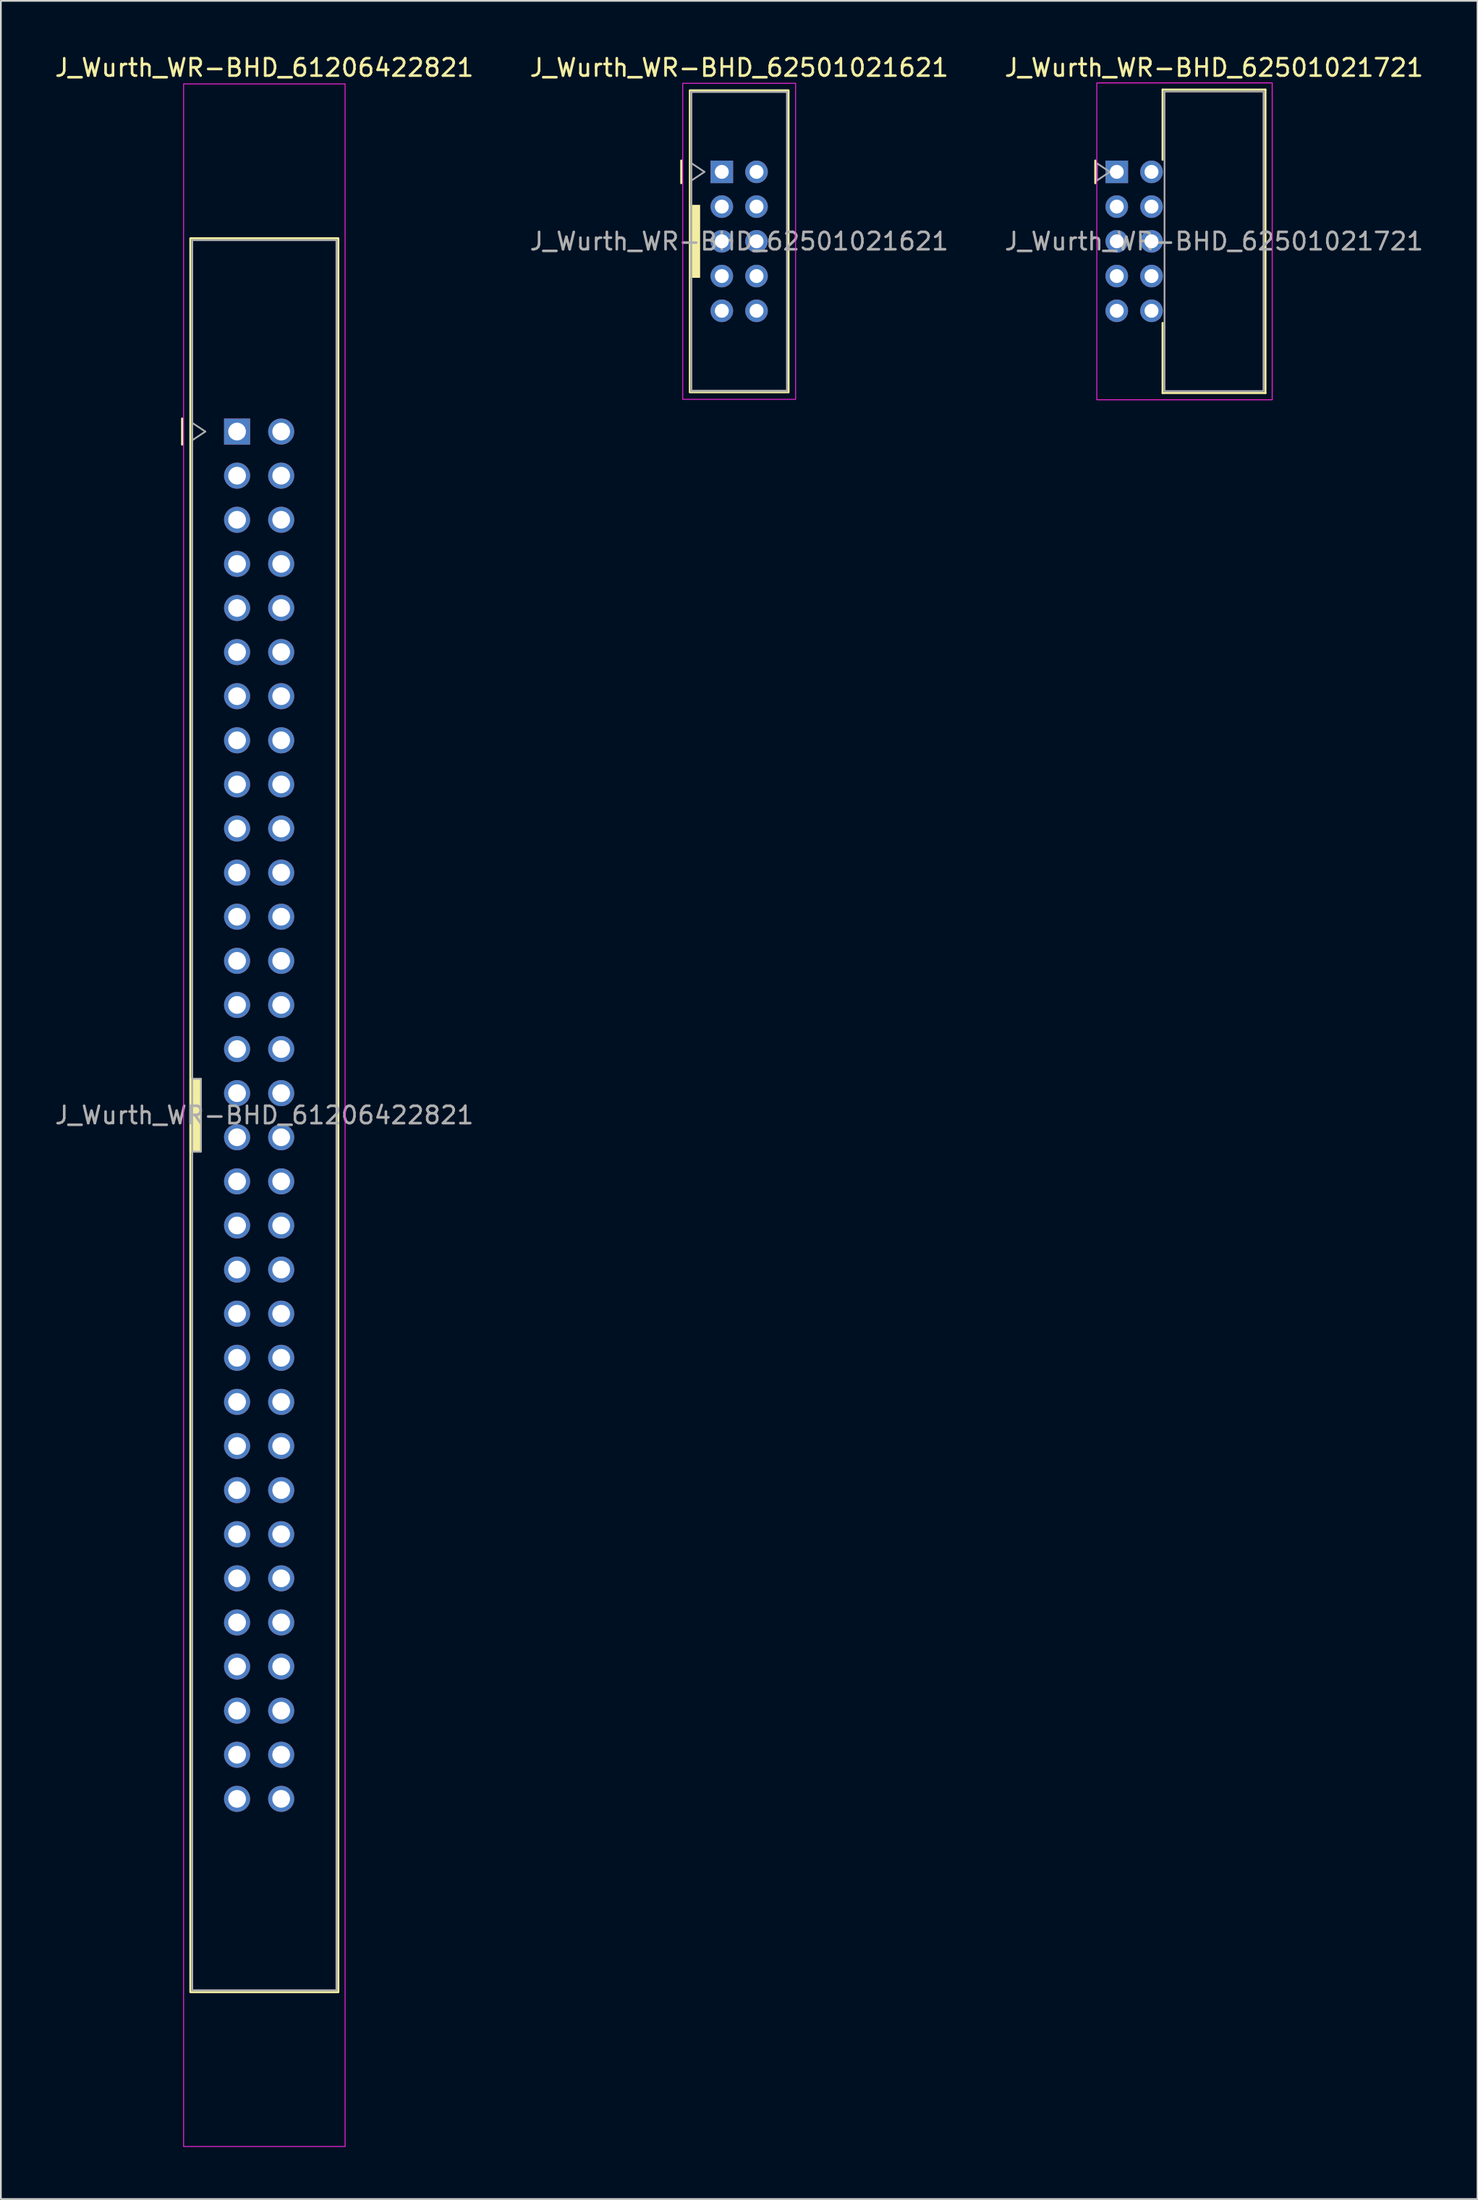
<source format=kicad_pcb>
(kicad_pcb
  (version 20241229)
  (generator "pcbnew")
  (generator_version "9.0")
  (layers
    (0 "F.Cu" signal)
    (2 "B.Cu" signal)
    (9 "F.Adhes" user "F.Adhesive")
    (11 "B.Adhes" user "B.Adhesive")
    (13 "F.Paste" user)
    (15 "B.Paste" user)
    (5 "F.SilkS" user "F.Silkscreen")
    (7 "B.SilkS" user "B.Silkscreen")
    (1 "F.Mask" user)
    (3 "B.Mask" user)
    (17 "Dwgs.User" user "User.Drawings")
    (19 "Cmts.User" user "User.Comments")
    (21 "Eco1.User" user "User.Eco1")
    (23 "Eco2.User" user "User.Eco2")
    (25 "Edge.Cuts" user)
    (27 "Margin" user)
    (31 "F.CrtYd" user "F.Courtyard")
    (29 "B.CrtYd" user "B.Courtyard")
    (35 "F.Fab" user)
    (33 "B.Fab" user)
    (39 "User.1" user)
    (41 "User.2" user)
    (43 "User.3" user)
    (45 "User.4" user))
  (footprint "J_Wurth_WR-BHD_61206422821"
    (layer "F.Cu")
    (at 10.603 21.803)
    (property "Reference" "J_Wurth_WR-BHD_61206422821" (at 1.57 -20.955 0) (unlocked yes) (layer "F.SilkS") (effects (font (size 1 1) (thickness 0.15))))
    (attr through_hole)
    (fp_line (start -3.165 -0.75) (end -3.165 0.75) (stroke (width 0.12) (type solid)) (layer "F.SilkS"))
    (fp_rect (start -2.69 -11.13) (end 5.83 89.87) (stroke (width 0.12) (type solid)) (fill no) (layer "F.SilkS"))
    (fp_rect (start -2.69 37.27) (end -2.08 41.47) (stroke (width 0.1) (type solid)) (fill yes) (layer "F.SilkS"))
    (fp_rect (start -3.08 -20.02) (end 6.22 98.76) (stroke (width 0.05) (type solid)) (fill no) (layer "F.CrtYd"))
    (fp_line (start -1.83 0) (end -2.58 -0.5) (stroke (width 0.1) (type solid)) (layer "F.Fab"))
    (fp_line (start -1.83 0) (end -2.58 0.5) (stroke (width 0.1) (type solid)) (layer "F.Fab"))
    (fp_rect (start -2.58 -11.02) (end 5.72 89.76) (stroke (width 0.1) (type solid)) (fill no) (layer "F.Fab"))
    (fp_rect (start -2.58 37.27) (end -2.08 41.47) (stroke (width 0.1) (type solid)) (fill no) (layer "F.Fab"))
    (fp_text user "${REFERENCE}" (at 1.57 39.37 0) (unlocked yes) (layer "F.Fab") (effects (font (size 1 1) (thickness 0.15))))
    (pad "1" thru_hole rect (at 0 0 270) (size 1.5 1.5) (drill 1.02) (layers "*.Cu" "*.Mask"))
    (pad "2" thru_hole circle (at 2.54 0 270) (size 1.5 1.5) (drill 1.02) (layers "*.Cu" "*.Mask"))
    (pad "3" thru_hole circle (at 0 2.54 270) (size 1.5 1.5) (drill 1.02) (layers "*.Cu" "*.Mask"))
    (pad "4" thru_hole circle (at 2.54 2.54 270) (size 1.5 1.5) (drill 1.02) (layers "*.Cu" "*.Mask"))
    (pad "5" thru_hole circle (at 0 5.08 270) (size 1.5 1.5) (drill 1.02) (layers "*.Cu" "*.Mask"))
    (pad "6" thru_hole circle (at 2.54 5.08 270) (size 1.5 1.5) (drill 1.02) (layers "*.Cu" "*.Mask"))
    (pad "7" thru_hole circle (at 0 7.62 270) (size 1.5 1.5) (drill 1.02) (layers "*.Cu" "*.Mask"))
    (pad "8" thru_hole circle (at 2.54 7.62 270) (size 1.5 1.5) (drill 1.02) (layers "*.Cu" "*.Mask"))
    (pad "9" thru_hole circle (at 0 10.16 270) (size 1.5 1.5) (drill 1.02) (layers "*.Cu" "*.Mask"))
    (pad "10" thru_hole circle (at 2.54 10.16 270) (size 1.5 1.5) (drill 1.02) (layers "*.Cu" "*.Mask"))
    (pad "11" thru_hole circle (at 0 12.7 270) (size 1.5 1.5) (drill 1.02) (layers "*.Cu" "*.Mask"))
    (pad "12" thru_hole circle (at 2.54 12.7 270) (size 1.5 1.5) (drill 1.02) (layers "*.Cu" "*.Mask"))
    (pad "13" thru_hole circle (at 0 15.24 270) (size 1.5 1.5) (drill 1.02) (layers "*.Cu" "*.Mask"))
    (pad "14" thru_hole circle (at 2.54 15.24 270) (size 1.5 1.5) (drill 1.02) (layers "*.Cu" "*.Mask"))
    (pad "15" thru_hole circle (at 0 17.78 270) (size 1.5 1.5) (drill 1.02) (layers "*.Cu" "*.Mask"))
    (pad "16" thru_hole circle (at 2.54 17.78 270) (size 1.5 1.5) (drill 1.02) (layers "*.Cu" "*.Mask"))
    (pad "17" thru_hole circle (at 0 20.32 270) (size 1.5 1.5) (drill 1.02) (layers "*.Cu" "*.Mask"))
    (pad "18" thru_hole circle (at 2.54 20.32 270) (size 1.5 1.5) (drill 1.02) (layers "*.Cu" "*.Mask"))
    (pad "19" thru_hole circle (at 0 22.86 270) (size 1.5 1.5) (drill 1.02) (layers "*.Cu" "*.Mask"))
    (pad "20" thru_hole circle (at 2.54 22.86 270) (size 1.5 1.5) (drill 1.02) (layers "*.Cu" "*.Mask"))
    (pad "21" thru_hole circle (at 0 25.4 270) (size 1.5 1.5) (drill 1.02) (layers "*.Cu" "*.Mask"))
    (pad "22" thru_hole circle (at 2.54 25.4 270) (size 1.5 1.5) (drill 1.02) (layers "*.Cu" "*.Mask"))
    (pad "23" thru_hole circle (at 0 27.94 270) (size 1.5 1.5) (drill 1.02) (layers "*.Cu" "*.Mask"))
    (pad "24" thru_hole circle (at 2.54 27.94 270) (size 1.5 1.5) (drill 1.02) (layers "*.Cu" "*.Mask"))
    (pad "25" thru_hole circle (at 0 30.48 270) (size 1.5 1.5) (drill 1.02) (layers "*.Cu" "*.Mask"))
    (pad "26" thru_hole circle (at 2.54 30.48 270) (size 1.5 1.5) (drill 1.02) (layers "*.Cu" "*.Mask"))
    (pad "27" thru_hole circle (at 0 33.02 270) (size 1.5 1.5) (drill 1.02) (layers "*.Cu" "*.Mask"))
    (pad "28" thru_hole circle (at 2.54 33.02 270) (size 1.5 1.5) (drill 1.02) (layers "*.Cu" "*.Mask"))
    (pad "29" thru_hole circle (at 0 35.56 270) (size 1.5 1.5) (drill 1.02) (layers "*.Cu" "*.Mask"))
    (pad "30" thru_hole circle (at 2.54 35.56 270) (size 1.5 1.5) (drill 1.02) (layers "*.Cu" "*.Mask"))
    (pad "31" thru_hole circle (at 0 38.1 270) (size 1.5 1.5) (drill 1.02) (layers "*.Cu" "*.Mask"))
    (pad "32" thru_hole circle (at 2.54 38.1 270) (size 1.5 1.5) (drill 1.02) (layers "*.Cu" "*.Mask"))
    (pad "33" thru_hole circle (at 0 40.64 270) (size 1.5 1.5) (drill 1.02) (layers "*.Cu" "*.Mask"))
    (pad "34" thru_hole circle (at 2.54 40.64 270) (size 1.5 1.5) (drill 1.02) (layers "*.Cu" "*.Mask"))
    (pad "35" thru_hole circle (at 0 43.18 270) (size 1.5 1.5) (drill 1.02) (layers "*.Cu" "*.Mask"))
    (pad "36" thru_hole circle (at 2.54 43.18 270) (size 1.5 1.5) (drill 1.02) (layers "*.Cu" "*.Mask"))
    (pad "37" thru_hole circle (at 0 45.72 270) (size 1.5 1.5) (drill 1.02) (layers "*.Cu" "*.Mask"))
    (pad "38" thru_hole circle (at 2.54 45.72 270) (size 1.5 1.5) (drill 1.02) (layers "*.Cu" "*.Mask"))
    (pad "39" thru_hole circle (at 0 48.26 270) (size 1.5 1.5) (drill 1.02) (layers "*.Cu" "*.Mask"))
    (pad "40" thru_hole circle (at 2.54 48.26 270) (size 1.5 1.5) (drill 1.02) (layers "*.Cu" "*.Mask"))
    (pad "41" thru_hole circle (at 0 50.8 270) (size 1.5 1.5) (drill 1.02) (layers "*.Cu" "*.Mask"))
    (pad "42" thru_hole circle (at 2.54 50.8 270) (size 1.5 1.5) (drill 1.02) (layers "*.Cu" "*.Mask"))
    (pad "43" thru_hole circle (at 0 53.34 270) (size 1.5 1.5) (drill 1.02) (layers "*.Cu" "*.Mask"))
    (pad "44" thru_hole circle (at 2.54 53.34 270) (size 1.5 1.5) (drill 1.02) (layers "*.Cu" "*.Mask"))
    (pad "45" thru_hole circle (at 0 55.88 270) (size 1.5 1.5) (drill 1.02) (layers "*.Cu" "*.Mask"))
    (pad "46" thru_hole circle (at 2.54 55.88 270) (size 1.5 1.5) (drill 1.02) (layers "*.Cu" "*.Mask"))
    (pad "47" thru_hole circle (at 0 58.42 270) (size 1.5 1.5) (drill 1.02) (layers "*.Cu" "*.Mask"))
    (pad "48" thru_hole circle (at 2.54 58.42 270) (size 1.5 1.5) (drill 1.02) (layers "*.Cu" "*.Mask"))
    (pad "49" thru_hole circle (at 0 60.96 270) (size 1.5 1.5) (drill 1.02) (layers "*.Cu" "*.Mask"))
    (pad "50" thru_hole circle (at 2.54 60.96 270) (size 1.5 1.5) (drill 1.02) (layers "*.Cu" "*.Mask"))
    (pad "51" thru_hole circle (at 0 63.5 270) (size 1.5 1.5) (drill 1.02) (layers "*.Cu" "*.Mask"))
    (pad "52" thru_hole circle (at 2.54 63.5 270) (size 1.5 1.5) (drill 1.02) (layers "*.Cu" "*.Mask"))
    (pad "53" thru_hole circle (at 0 66.04 270) (size 1.5 1.5) (drill 1.02) (layers "*.Cu" "*.Mask"))
    (pad "54" thru_hole circle (at 2.54 66.04 270) (size 1.5 1.5) (drill 1.02) (layers "*.Cu" "*.Mask"))
    (pad "55" thru_hole circle (at 0 68.58 270) (size 1.5 1.5) (drill 1.02) (layers "*.Cu" "*.Mask"))
    (pad "56" thru_hole circle (at 2.54 68.58 270) (size 1.5 1.5) (drill 1.02) (layers "*.Cu" "*.Mask"))
    (pad "57" thru_hole circle (at 0 71.12 270) (size 1.5 1.5) (drill 1.02) (layers "*.Cu" "*.Mask"))
    (pad "58" thru_hole circle (at 2.54 71.12 270) (size 1.5 1.5) (drill 1.02) (layers "*.Cu" "*.Mask"))
    (pad "59" thru_hole circle (at 0 73.66 270) (size 1.5 1.5) (drill 1.02) (layers "*.Cu" "*.Mask"))
    (pad "60" thru_hole circle (at 2.54 73.66 270) (size 1.5 1.5) (drill 1.02) (layers "*.Cu" "*.Mask"))
    (pad "61" thru_hole circle (at 0 76.2 270) (size 1.5 1.5) (drill 1.02) (layers "*.Cu" "*.Mask"))
    (pad "62" thru_hole circle (at 2.54 76.2 270) (size 1.5 1.5) (drill 1.02) (layers "*.Cu" "*.Mask"))
    (pad "63" thru_hole circle (at 0 78.74 270) (size 1.5 1.5) (drill 1.02) (layers "*.Cu" "*.Mask"))
    (pad "64" thru_hole circle (at 2.54 78.74 270) (size 1.5 1.5) (drill 1.02) (layers "*.Cu" "*.Mask")))
  (footprint "J_Wurth_WR-BHD_62501021721"
    (layer "F.Cu")
    (at 61.263 6.848)
    (property "Reference" "J_Wurth_WR-BHD_62501021721" (at 5.6 -6 0) (unlocked yes) (layer "F.SilkS") (effects (font (size 1 1) (thickness 0.15))))
    (attr through_hole)
    (fp_line (start -1.235 0.65) (end -1.235 -0.65) (stroke (width 0.12) (type solid)) (layer "F.SilkS"))
    (fp_line (start 2.64 -4.735) (end 8.56 -4.735) (stroke (width 0.12) (type default)) (layer "F.SilkS"))
    (fp_line (start 2.64 -0.7) (end 2.64 -4.735) (stroke (width 0.12) (type solid)) (layer "F.SilkS"))
    (fp_line (start 2.64 12.735) (end 2.64 8.7) (stroke (width 0.12) (type solid)) (layer "F.SilkS"))
    (fp_line (start 8.56 -4.735) (end 8.56 12.735) (stroke (width 0.12) (type default)) (layer "F.SilkS"))
    (fp_line (start 8.56 12.735) (end 2.64 12.735) (stroke (width 0.12) (type default)) (layer "F.SilkS"))
    (fp_rect (start -1.15 -5.125) (end 8.95 13.125) (stroke (width 0.05) (type solid)) (fill no) (layer "F.CrtYd"))
    (fp_line (start -1.15 0.5) (end -1.15 -0.5) (stroke (width 0.1) (type default)) (layer "F.Fab"))
    (fp_line (start -0.4 0) (end -1.15 -0.5) (stroke (width 0.1) (type solid)) (layer "F.Fab"))
    (fp_line (start -0.4 0) (end -1.15 0.5) (stroke (width 0.1) (type solid)) (layer "F.Fab"))
    (fp_rect (start 2.75 -4.625) (end 8.45 12.625) (stroke (width 0.1) (type solid)) (fill no) (layer "F.Fab"))
    (fp_text user "${REFERENCE}" (at 5.6 4 0) (unlocked yes) (layer "F.Fab") (effects (font (size 1 1) (thickness 0.15))))
    (pad "1" thru_hole rect (at 0 0 90) (size 1.3 1.3) (drill 0.8) (layers "*.Cu" "*.Mask"))
    (pad "2" thru_hole circle (at 2 0 90) (size 1.3 1.3) (drill 0.8) (layers "*.Cu" "*.Mask"))
    (pad "3" thru_hole circle (at 0 2 90) (size 1.3 1.3) (drill 0.8) (layers "*.Cu" "*.Mask"))
    (pad "4" thru_hole circle (at 2 2 90) (size 1.3 1.3) (drill 0.8) (layers "*.Cu" "*.Mask"))
    (pad "5" thru_hole circle (at 0 4 90) (size 1.3 1.3) (drill 0.8) (layers "*.Cu" "*.Mask"))
    (pad "6" thru_hole circle (at 2 4 90) (size 1.3 1.3) (drill 0.8) (layers "*.Cu" "*.Mask"))
    (pad "7" thru_hole circle (at 0 6 90) (size 1.3 1.3) (drill 0.8) (layers "*.Cu" "*.Mask"))
    (pad "8" thru_hole circle (at 2 6 90) (size 1.3 1.3) (drill 0.8) (layers "*.Cu" "*.Mask"))
    (pad "9" thru_hole circle (at 0 8 90) (size 1.3 1.3) (drill 0.8) (layers "*.Cu" "*.Mask"))
    (pad "10" thru_hole circle (at 2 8 90) (size 1.3 1.3) (drill 0.8) (layers "*.Cu" "*.Mask")))
  (footprint "J_Wurth_WR-BHD_62501021621"
    (layer "F.Cu")
    (at 38.518 6.848)
    (property "Reference" "J_Wurth_WR-BHD_62501021621" (at 1 -6 0) (unlocked yes) (layer "F.SilkS") (effects (font (size 1 1) (thickness 0.15))))
    (attr through_hole)
    (fp_line (start -2.335 -0.65) (end -2.335 0.65) (stroke (width 0.12) (type solid)) (layer "F.SilkS"))
    (fp_rect (start -1.8 1.9) (end -1.25 6.1) (stroke (width 0) (type default)) (fill yes) (layer "F.SilkS"))
    (fp_poly (pts (xy 3.85 12.7) (xy 3.85 -4.7) (xy -1.85 -4.7) (xy -1.85 12.7)) (stroke (width 0.1) (type solid)) (fill no) (layer "F.SilkS"))
    (fp_poly (pts (xy -2.25 -5.1) (xy -2.25 13.1) (xy 4.25 13.1) (xy 4.25 -5.1)) (stroke (width 0.05) (type solid)) (fill no) (layer "F.CrtYd"))
    (fp_line (start -1.75 -4.6) (end -1.75 1.9) (stroke (width 0.1) (type solid)) (layer "F.Fab"))
    (fp_line (start -1.75 1.9) (end -1.75 6.1) (stroke (width 0.1) (type solid)) (layer "F.Fab"))
    (fp_line (start -1.75 6.1) (end -1.75 12.6) (stroke (width 0.1) (type solid)) (layer "F.Fab"))
    (fp_line (start -1.75 12.6) (end 3.75 12.6) (stroke (width 0.1) (type solid)) (layer "F.Fab"))
    (fp_line (start -1 0) (end -1.75 -0.5) (stroke (width 0.1) (type solid)) (layer "F.Fab"))
    (fp_line (start -1 0) (end -1.75 0.5) (stroke (width 0.1) (type solid)) (layer "F.Fab"))
    (fp_line (start 3.75 -4.6) (end -1.75 -4.6) (stroke (width 0.1) (type solid)) (layer "F.Fab"))
    (fp_line (start 3.75 12.6) (end 3.75 -4.6) (stroke (width 0.1) (type solid)) (layer "F.Fab"))
    (fp_text user "${REFERENCE}" (at 1 4 0) (unlocked yes) (layer "F.Fab") (effects (font (size 1 1) (thickness 0.15))))
    (pad "1" thru_hole rect (at 0 0 270) (size 1.3 1.3) (drill 0.8) (layers "*.Cu" "*.Mask"))
    (pad "2" thru_hole circle (at 2 0 270) (size 1.3 1.3) (drill 0.8) (layers "*.Cu" "*.Mask"))
    (pad "3" thru_hole circle (at 0 2 270) (size 1.3 1.3) (drill 0.8) (layers "*.Cu" "*.Mask"))
    (pad "4" thru_hole circle (at 2 2 270) (size 1.3 1.3) (drill 0.8) (layers "*.Cu" "*.Mask"))
    (pad "5" thru_hole circle (at 0 4 270) (size 1.3 1.3) (drill 0.8) (layers "*.Cu" "*.Mask"))
    (pad "6" thru_hole circle (at 2 4 270) (size 1.3 1.3) (drill 0.8) (layers "*.Cu" "*.Mask"))
    (pad "7" thru_hole circle (at 0 6 270) (size 1.3 1.3) (drill 0.8) (layers "*.Cu" "*.Mask"))
    (pad "8" thru_hole circle (at 2 6 270) (size 1.3 1.3) (drill 0.8) (layers "*.Cu" "*.Mask"))
    (pad "9" thru_hole circle (at 0 8 270) (size 1.3 1.3) (drill 0.8) (layers "*.Cu" "*.Mask"))
    (pad "10" thru_hole circle (at 2 8 270) (size 1.3 1.3) (drill 0.8) (layers "*.Cu" "*.Mask")))
  (gr_rect
    (start -3 -3)
    (end 82.036 123.588)
    (stroke (width 0.1) (type default))
    (fill no)
    (layer "Edge.Cuts")))
</source>
